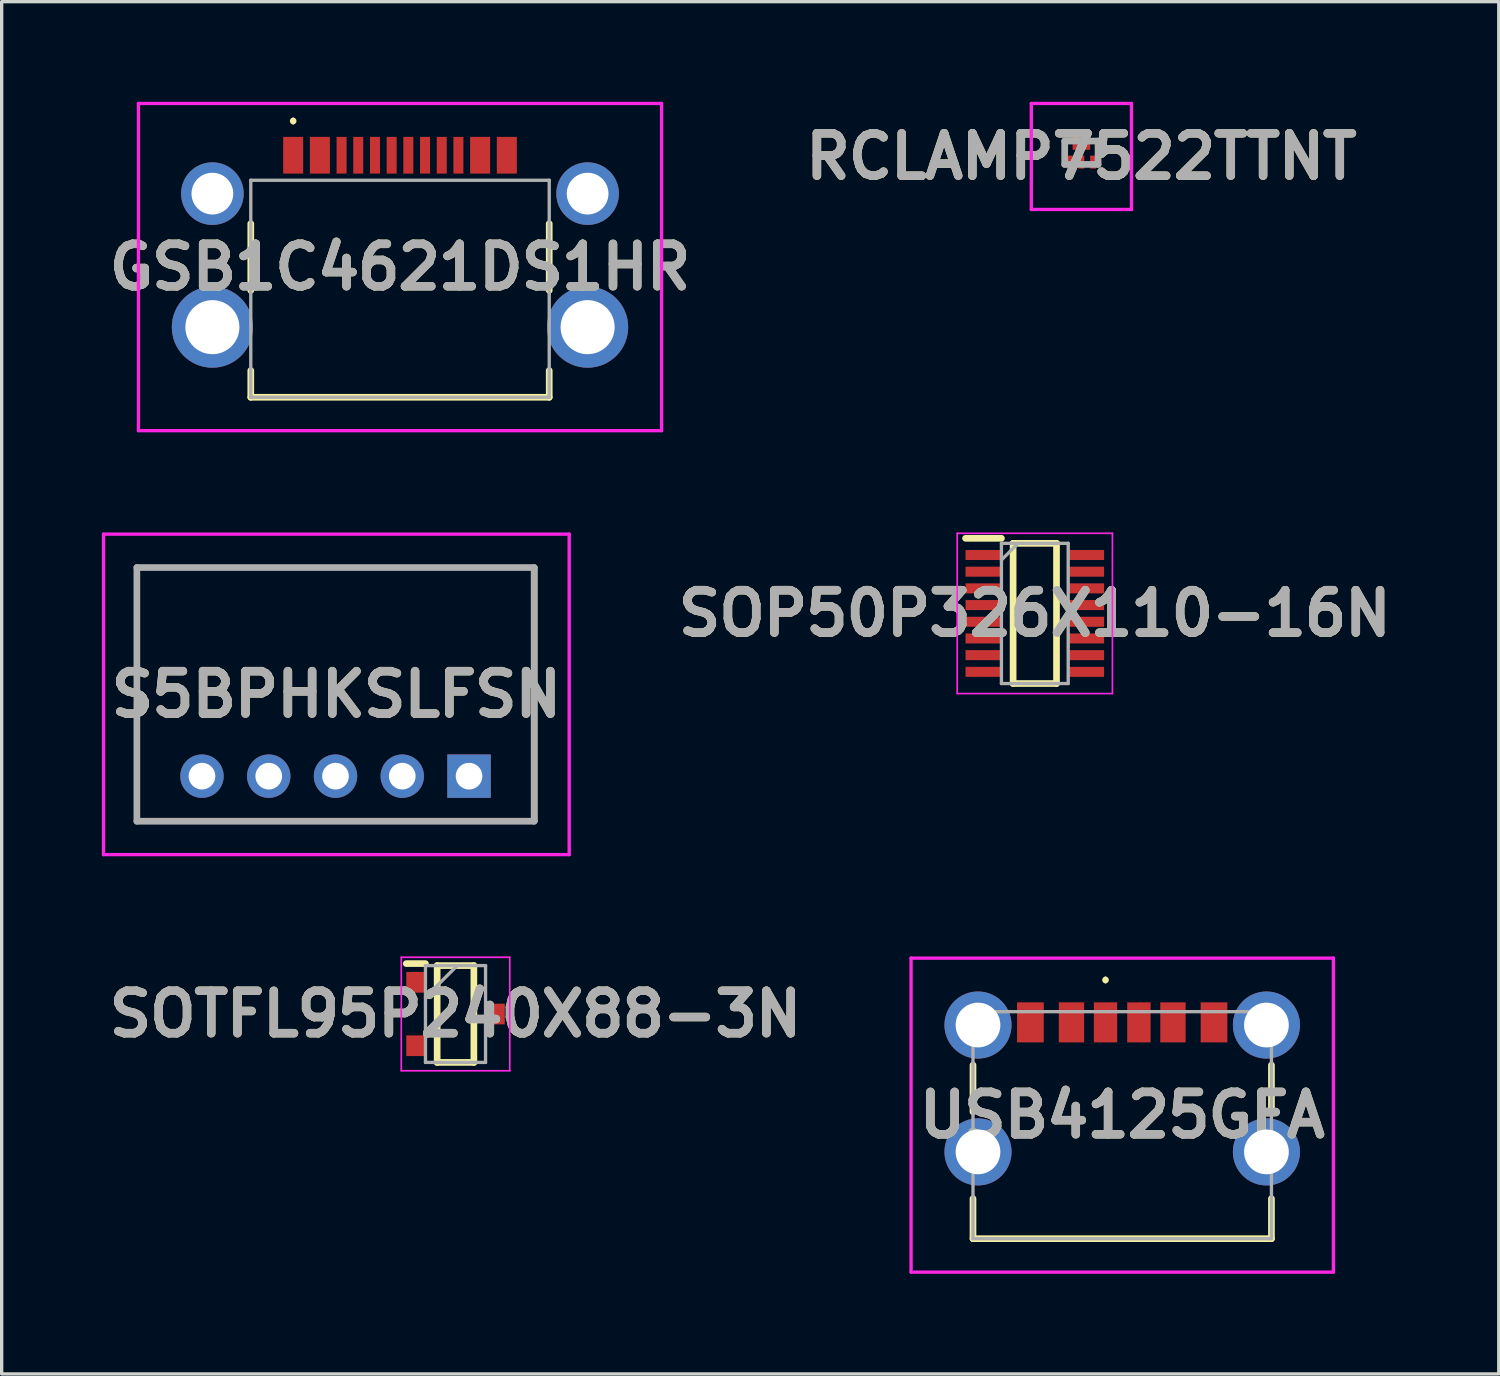
<source format=kicad_pcb>
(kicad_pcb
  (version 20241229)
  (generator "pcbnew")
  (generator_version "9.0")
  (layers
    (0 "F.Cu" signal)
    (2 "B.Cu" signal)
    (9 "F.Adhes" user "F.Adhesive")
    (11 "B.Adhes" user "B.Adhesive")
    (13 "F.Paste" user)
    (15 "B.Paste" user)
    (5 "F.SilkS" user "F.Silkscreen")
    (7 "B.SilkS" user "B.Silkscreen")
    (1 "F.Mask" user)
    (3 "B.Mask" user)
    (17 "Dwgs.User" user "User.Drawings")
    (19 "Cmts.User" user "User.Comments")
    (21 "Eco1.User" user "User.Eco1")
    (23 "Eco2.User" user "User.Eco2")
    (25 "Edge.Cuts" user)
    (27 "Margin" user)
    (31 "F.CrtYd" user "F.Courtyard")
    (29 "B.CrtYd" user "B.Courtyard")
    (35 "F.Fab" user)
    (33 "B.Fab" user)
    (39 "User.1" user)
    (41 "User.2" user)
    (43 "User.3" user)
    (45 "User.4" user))
  (footprint "RCLAMP7522TTNT"
    (layer "F.Cu")
    (at 29.343 1.525)
    (property "Reference" "RCLAMP7522TTNT" (at 0 0.113 0) (layer "F.SilkS") (effects (font (size 1.27 1.27) (thickness 0.254))))
    (attr smd)
    (fp_line (start -0.35 0.6) (end -0.35 0.6) (stroke (width 0.1) (type solid)) (layer "F.SilkS"))
    (fp_line (start -0.35 0.7) (end -0.35 0.7) (stroke (width 0.1) (type solid)) (layer "F.SilkS"))
    (fp_arc (start -0.35 0.6) (mid -0.3 0.65) (end -0.35 0.7) (stroke (width 0.1) (type solid)) (layer "F.SilkS"))
    (fp_arc (start -0.35 0.7) (mid -0.4 0.65) (end -0.35 0.6) (stroke (width 0.1) (type solid)) (layer "F.SilkS"))
    (fp_line (start -1.5 -1.475) (end 1.5 -1.475) (stroke (width 0.1) (type solid)) (layer "F.CrtYd"))
    (fp_line (start -1.5 1.7) (end -1.5 -1.475) (stroke (width 0.1) (type solid)) (layer "F.CrtYd"))
    (fp_line (start 1.5 -1.475) (end 1.5 1.7) (stroke (width 0.1) (type solid)) (layer "F.CrtYd"))
    (fp_line (start 1.5 1.7) (end -1.5 1.7) (stroke (width 0.1) (type solid)) (layer "F.CrtYd"))
    (fp_line (start -0.5 -0.35) (end 0.5 -0.35) (stroke (width 0.2) (type solid)) (layer "F.Fab"))
    (fp_line (start -0.5 0.35) (end -0.5 -0.35) (stroke (width 0.2) (type solid)) (layer "F.Fab"))
    (fp_line (start 0.5 -0.35) (end 0.5 0.35) (stroke (width 0.2) (type solid)) (layer "F.Fab"))
    (fp_line (start 0.5 0.35) (end -0.5 0.35) (stroke (width 0.2) (type solid)) (layer "F.Fab"))
    (fp_text user "${REFERENCE}" (at 0 0.113 0) (layer "F.Fab") (effects (font (size 1.27 1.27) (thickness 0.254))))
    (pad "1" smd rect (at -0.35 0.281) (size 0.175 0.388) (layers "F.Cu" "F.Mask" "F.Paste"))
    (pad "2" smd rect (at 0 0.281) (size 0.175 0.388) (layers "F.Cu" "F.Mask" "F.Paste"))
    (pad "3" smd rect (at 0.35 0.281) (size 0.175 0.388) (layers "F.Cu" "F.Mask" "F.Paste"))
    (pad "4" smd rect (at 0.175 -0.281) (size 0.175 0.388) (layers "F.Cu" "F.Mask" "F.Paste"))
    (pad "5" smd rect (at -0.175 -0.281) (size 0.175 0.388) (layers "F.Cu" "F.Mask" "F.Paste")))
  (footprint "SOTFL95P240X88-3N"
    (layer "F.Cu")
    (at 10.595 27.325)
    (property "Reference" "SOTFL95P240X88-3N" (at 0 0 0) (layer "F.SilkS") (effects (font (size 1.27 1.27) (thickness 0.254))))
    (attr smd)
    (fp_line (start -1.475 -1.51) (end -0.9 -1.51) (stroke (width 0.2) (type solid)) (layer "F.SilkS"))
    (fp_line (start -0.55 -1.45) (end 0.55 -1.45) (stroke (width 0.2) (type solid)) (layer "F.SilkS"))
    (fp_line (start -0.55 1.45) (end -0.55 -1.45) (stroke (width 0.2) (type solid)) (layer "F.SilkS"))
    (fp_line (start 0.55 -1.45) (end 0.55 1.45) (stroke (width 0.2) (type solid)) (layer "F.SilkS"))
    (fp_line (start 0.55 1.45) (end -0.55 1.45) (stroke (width 0.2) (type solid)) (layer "F.SilkS"))
    (fp_line (start -1.625 -1.7) (end 1.625 -1.7) (stroke (width 0.05) (type solid)) (layer "F.CrtYd"))
    (fp_line (start -1.625 1.7) (end -1.625 -1.7) (stroke (width 0.05) (type solid)) (layer "F.CrtYd"))
    (fp_line (start 1.625 -1.7) (end 1.625 1.7) (stroke (width 0.05) (type solid)) (layer "F.CrtYd"))
    (fp_line (start 1.625 1.7) (end -1.625 1.7) (stroke (width 0.05) (type solid)) (layer "F.CrtYd"))
    (fp_line (start -0.9 -1.45) (end 0.9 -1.45) (stroke (width 0.1) (type solid)) (layer "F.Fab"))
    (fp_line (start -0.9 -0.5) (end 0.05 -1.45) (stroke (width 0.1) (type solid)) (layer "F.Fab"))
    (fp_line (start -0.9 1.45) (end -0.9 -1.45) (stroke (width 0.1) (type solid)) (layer "F.Fab"))
    (fp_line (start 0.9 -1.45) (end 0.9 1.45) (stroke (width 0.1) (type solid)) (layer "F.Fab"))
    (fp_line (start 0.9 1.45) (end -0.9 1.45) (stroke (width 0.1) (type solid)) (layer "F.Fab"))
    (fp_text user "${REFERENCE}" (at 0 0 0) (layer "F.Fab") (effects (font (size 1.27 1.27) (thickness 0.254))))
    (pad "1" smd rect (at -1.188 -0.95) (size 0.575 0.62) (layers "F.Cu" "F.Mask" "F.Paste"))
    (pad "2" smd rect (at -1.188 0.95) (size 0.575 0.62) (layers "F.Cu" "F.Mask" "F.Paste"))
    (pad "3" smd rect (at 1.188 0) (size 0.575 0.62) (layers "F.Cu" "F.Mask" "F.Paste")))
  (footprint "SOP50P326X110-16N"
    (layer "F.Cu")
    (at 27.948 15.325)
    (property "Reference" "SOP50P326X110-16N" (at 0 0 0) (layer "F.SilkS") (effects (font (size 1.27 1.27) (thickness 0.254))))
    (attr smd)
    (fp_line (start -2.075 -2.25) (end -1 -2.25) (stroke (width 0.2) (type solid)) (layer "F.SilkS"))
    (fp_line (start -0.65 -2.1) (end 0.65 -2.1) (stroke (width 0.2) (type solid)) (layer "F.SilkS"))
    (fp_line (start -0.65 2.1) (end -0.65 -2.1) (stroke (width 0.2) (type solid)) (layer "F.SilkS"))
    (fp_line (start 0.65 -2.1) (end 0.65 2.1) (stroke (width 0.2) (type solid)) (layer "F.SilkS"))
    (fp_line (start 0.65 2.1) (end -0.65 2.1) (stroke (width 0.2) (type solid)) (layer "F.SilkS"))
    (fp_line (start -2.325 -2.4) (end 2.325 -2.4) (stroke (width 0.05) (type solid)) (layer "F.CrtYd"))
    (fp_line (start -2.325 2.4) (end -2.325 -2.4) (stroke (width 0.05) (type solid)) (layer "F.CrtYd"))
    (fp_line (start 2.325 -2.4) (end 2.325 2.4) (stroke (width 0.05) (type solid)) (layer "F.CrtYd"))
    (fp_line (start 2.325 2.4) (end -2.325 2.4) (stroke (width 0.05) (type solid)) (layer "F.CrtYd"))
    (fp_line (start -1 -2.1) (end 1 -2.1) (stroke (width 0.1) (type solid)) (layer "F.Fab"))
    (fp_line (start -1 -1.6) (end -0.5 -2.1) (stroke (width 0.1) (type solid)) (layer "F.Fab"))
    (fp_line (start -1 2.1) (end -1 -2.1) (stroke (width 0.1) (type solid)) (layer "F.Fab"))
    (fp_line (start 1 -2.1) (end 1 2.1) (stroke (width 0.1) (type solid)) (layer "F.Fab"))
    (fp_line (start 1 2.1) (end -1 2.1) (stroke (width 0.1) (type solid)) (layer "F.Fab"))
    (fp_text user "${REFERENCE}" (at 0 0 0) (layer "F.Fab") (effects (font (size 1.27 1.27) (thickness 0.254))))
    (pad "1" smd rect (at -1.538 -1.75 90) (size 0.3 1.075) (layers "F.Cu" "F.Mask" "F.Paste"))
    (pad "2" smd rect (at -1.538 -1.25 90) (size 0.3 1.075) (layers "F.Cu" "F.Mask" "F.Paste"))
    (pad "3" smd rect (at -1.538 -0.75 90) (size 0.3 1.075) (layers "F.Cu" "F.Mask" "F.Paste"))
    (pad "4" smd rect (at -1.538 -0.25 90) (size 0.3 1.075) (layers "F.Cu" "F.Mask" "F.Paste"))
    (pad "5" smd rect (at -1.538 0.25 90) (size 0.3 1.075) (layers "F.Cu" "F.Mask" "F.Paste"))
    (pad "6" smd rect (at -1.538 0.75 90) (size 0.3 1.075) (layers "F.Cu" "F.Mask" "F.Paste"))
    (pad "7" smd rect (at -1.538 1.25 90) (size 0.3 1.075) (layers "F.Cu" "F.Mask" "F.Paste"))
    (pad "8" smd rect (at -1.538 1.75 90) (size 0.3 1.075) (layers "F.Cu" "F.Mask" "F.Paste"))
    (pad "9" smd rect (at 1.538 1.75 90) (size 0.3 1.075) (layers "F.Cu" "F.Mask" "F.Paste"))
    (pad "10" smd rect (at 1.538 1.25 90) (size 0.3 1.075) (layers "F.Cu" "F.Mask" "F.Paste"))
    (pad "11" smd rect (at 1.538 0.75 90) (size 0.3 1.075) (layers "F.Cu" "F.Mask" "F.Paste"))
    (pad "12" smd rect (at 1.538 0.25 90) (size 0.3 1.075) (layers "F.Cu" "F.Mask" "F.Paste"))
    (pad "13" smd rect (at 1.538 -0.25 90) (size 0.3 1.075) (layers "F.Cu" "F.Mask" "F.Paste"))
    (pad "14" smd rect (at 1.538 -0.75 90) (size 0.3 1.075) (layers "F.Cu" "F.Mask" "F.Paste"))
    (pad "15" smd rect (at 1.538 -1.25 90) (size 0.3 1.075) (layers "F.Cu" "F.Mask" "F.Paste"))
    (pad "16" smd rect (at 1.538 -1.75 90) (size 0.3 1.075) (layers "F.Cu" "F.Mask" "F.Paste")))
  (footprint "GSB1C4621DS1HR"
    (layer "F.Cu")
    (at 8.932 5.225)
    (property "Reference" "GSB1C4621DS1HR" (at 0 -0.275 0) (layer "F.SilkS") (effects (font (size 1.27 1.27) (thickness 0.254))))
    (attr through_hole)
    (fp_line (start -4.47 0.425) (end -4.47 -1.575) (stroke (width 0.2) (type solid)) (layer "F.SilkS"))
    (fp_line (start -4.47 2.825) (end -4.47 3.625) (stroke (width 0.2) (type solid)) (layer "F.SilkS"))
    (fp_line (start -4.47 3.625) (end 4.47 3.625) (stroke (width 0.2) (type solid)) (layer "F.SilkS"))
    (fp_line (start -3.2 -4.7) (end -3.2 -4.7) (stroke (width 0.1) (type solid)) (layer "F.SilkS"))
    (fp_line (start -3.2 -4.6) (end -3.2 -4.6) (stroke (width 0.1) (type solid)) (layer "F.SilkS"))
    (fp_line (start 4.47 -1.575) (end 4.47 0.425) (stroke (width 0.2) (type solid)) (layer "F.SilkS"))
    (fp_line (start 4.47 3.625) (end 4.47 2.825) (stroke (width 0.2) (type solid)) (layer "F.SilkS"))
    (fp_arc (start -3.2 -4.7) (mid -3.15 -4.65) (end -3.2 -4.6) (stroke (width 0.1) (type solid)) (layer "F.SilkS"))
    (fp_arc (start -3.2 -4.6) (mid -3.25 -4.65) (end -3.2 -4.7) (stroke (width 0.1) (type solid)) (layer "F.SilkS"))
    (fp_line (start -7.835 -5.175) (end 7.835 -5.175) (stroke (width 0.1) (type solid)) (layer "F.CrtYd"))
    (fp_line (start -7.835 4.625) (end -7.835 -5.175) (stroke (width 0.1) (type solid)) (layer "F.CrtYd"))
    (fp_line (start 7.835 -5.175) (end 7.835 4.625) (stroke (width 0.1) (type solid)) (layer "F.CrtYd"))
    (fp_line (start 7.835 4.625) (end -7.835 4.625) (stroke (width 0.1) (type solid)) (layer "F.CrtYd"))
    (fp_line (start -4.47 -2.875) (end 4.47 -2.875) (stroke (width 0.1) (type solid)) (layer "F.Fab"))
    (fp_line (start -4.47 3.625) (end -4.47 -2.875) (stroke (width 0.1) (type solid)) (layer "F.Fab"))
    (fp_line (start 4.47 -2.875) (end 4.47 3.625) (stroke (width 0.1) (type solid)) (layer "F.Fab"))
    (fp_line (start 4.47 3.625) (end -4.47 3.625) (stroke (width 0.1) (type solid)) (layer "F.Fab"))
    (fp_text user "${REFERENCE}" (at 0 -0.275 0) (layer "F.Fab") (effects (font (size 1.27 1.27) (thickness 0.254))))
    (pad "A1" smd rect (at -3.2 -3.625) (size 0.6 1.1) (layers "F.Cu" "F.Mask" "F.Paste"))
    (pad "A4" smd rect (at -2.4 -3.625) (size 0.6 1.1) (layers "F.Cu" "F.Mask" "F.Paste"))
    (pad "A5" smd rect (at -1.25 -3.625) (size 0.3 1.1) (layers "F.Cu" "F.Mask" "F.Paste"))
    (pad "A6" smd rect (at -0.25 -3.625) (size 0.3 1.1) (layers "F.Cu" "F.Mask" "F.Paste"))
    (pad "A7" smd rect (at 0.25 -3.625) (size 0.3 1.1) (layers "F.Cu" "F.Mask" "F.Paste"))
    (pad "A8" smd rect (at 1.25 -3.625) (size 0.3 1.1) (layers "F.Cu" "F.Mask" "F.Paste"))
    (pad "A9" smd rect (at 2.4 -3.625) (size 0.6 1.1) (layers "F.Cu" "F.Mask" "F.Paste"))
    (pad "A12" smd rect (at 3.2 -3.625) (size 0.6 1.1) (layers "F.Cu" "F.Mask" "F.Paste"))
    (pad "B5" smd rect (at 1.75 -3.625) (size 0.3 1.1) (layers "F.Cu" "F.Mask" "F.Paste"))
    (pad "B6" smd rect (at 0.75 -3.625) (size 0.3 1.1) (layers "F.Cu" "F.Mask" "F.Paste"))
    (pad "B7" smd rect (at -0.75 -3.625) (size 0.3 1.1) (layers "F.Cu" "F.Mask" "F.Paste"))
    (pad "B8" smd rect (at -1.75 -3.625) (size 0.3 1.1) (layers "F.Cu" "F.Mask" "F.Paste"))
    (pad "MH1" thru_hole circle (at -5.62 -2.475) (size 1.875 1.875) (drill 1.25) (layers "*.Cu" "*.Mask"))
    (pad "MH2" thru_hole circle (at -5.62 1.525) (size 2.43 2.43) (drill 1.62) (layers "*.Cu" "*.Mask"))
    (pad "MH3" thru_hole circle (at 5.62 1.525) (size 2.43 2.43) (drill 1.62) (layers "*.Cu" "*.Mask"))
    (pad "MH4" thru_hole circle (at 5.62 -2.475) (size 1.875 1.875) (drill 1.25) (layers "*.Cu" "*.Mask")))
  (footprint "S5BPHKSLFSN"
    (layer "F.Cu")
    (at 11 20.2)
    (property "Reference" "S5BPHKSLFSN" (at -3.975 -2.45 0) (layer "F.SilkS") (effects (font (size 1.27 1.27) (thickness 0.254))))
    (attr through_hole)
    (fp_line (start -9.95 -6.25) (end 2 -6.25) (stroke (width 0.1) (type solid)) (layer "F.SilkS"))
    (fp_line (start -9.95 1.35) (end -9.95 -6.25) (stroke (width 0.1) (type solid)) (layer "F.SilkS"))
    (fp_line (start 2 -6.25) (end 2 1.35) (stroke (width 0.1) (type solid)) (layer "F.SilkS"))
    (fp_line (start 2 1.35) (end -9.95 1.35) (stroke (width 0.1) (type solid)) (layer "F.SilkS"))
    (fp_line (start -10.95 -7.25) (end 3 -7.25) (stroke (width 0.1) (type solid)) (layer "F.CrtYd"))
    (fp_line (start -10.95 2.35) (end -10.95 -7.25) (stroke (width 0.1) (type solid)) (layer "F.CrtYd"))
    (fp_line (start 3 -7.25) (end 3 2.35) (stroke (width 0.1) (type solid)) (layer "F.CrtYd"))
    (fp_line (start 3 2.35) (end -10.95 2.35) (stroke (width 0.1) (type solid)) (layer "F.CrtYd"))
    (fp_line (start -9.95 -6.25) (end 1.95 -6.25) (stroke (width 0.2) (type solid)) (layer "F.Fab"))
    (fp_line (start -9.95 1.35) (end -9.95 -6.25) (stroke (width 0.2) (type solid)) (layer "F.Fab"))
    (fp_line (start 1.95 -6.25) (end 1.95 1.35) (stroke (width 0.2) (type solid)) (layer "F.Fab"))
    (fp_line (start 1.95 1.35) (end -9.95 1.35) (stroke (width 0.2) (type solid)) (layer "F.Fab"))
    (fp_text user "${REFERENCE}" (at -3.975 -2.45 0) (layer "F.Fab") (effects (font (size 1.27 1.27) (thickness 0.254))))
    (pad "1" thru_hole rect (at 0 0) (size 1.3 1.3) (drill 0.8) (layers "*.Cu" "*.Mask"))
    (pad "2" thru_hole circle (at -2 0) (size 1.3 1.3) (drill 0.8) (layers "*.Cu" "*.Mask"))
    (pad "3" thru_hole circle (at -4 0) (size 1.3 1.3) (drill 0.8) (layers "*.Cu" "*.Mask"))
    (pad "4" thru_hole circle (at -6 0) (size 1.3 1.3) (drill 0.8) (layers "*.Cu" "*.Mask"))
    (pad "5" thru_hole circle (at -8 0) (size 1.3 1.3) (drill 0.8) (layers "*.Cu" "*.Mask")))
  (footprint "USB4125GFA"
    (layer "F.Cu")
    (at 30.566 30.353)
    (property "Reference" "USB4125GFA" (at 0 0 0) (layer "F.SilkS") (effects (font (size 1.27 1.27) (thickness 0.254))))
    (attr through_hole)
    (fp_line (start -4.47 -1.498) (end -4.47 -0.098) (stroke (width 0.2) (type solid)) (layer "F.SilkS"))
    (fp_line (start -4.47 2.502) (end -4.47 3.702) (stroke (width 0.2) (type solid)) (layer "F.SilkS"))
    (fp_line (start -4.47 3.702) (end 4.47 3.702) (stroke (width 0.2) (type solid)) (layer "F.SilkS"))
    (fp_line (start -0.5 -4.098) (end -0.5 -4.098) (stroke (width 0.1) (type solid)) (layer "F.SilkS"))
    (fp_line (start -0.5 -3.998) (end -0.5 -3.998) (stroke (width 0.1) (type solid)) (layer "F.SilkS"))
    (fp_line (start 4.47 -0.098) (end 4.47 -1.498) (stroke (width 0.2) (type solid)) (layer "F.SilkS"))
    (fp_line (start 4.47 3.702) (end 4.47 2.502) (stroke (width 0.2) (type solid)) (layer "F.SilkS"))
    (fp_arc (start -0.5 -4.098) (mid -0.45 -4.048) (end -0.5 -3.998) (stroke (width 0.1) (type solid)) (layer "F.SilkS"))
    (fp_arc (start -0.5 -3.997) (mid -0.5505 -4.0475) (end -0.5 -4.098) (stroke (width 0.1) (type solid)) (layer "F.SilkS"))
    (fp_line (start -6.325 -4.703) (end 6.325 -4.703) (stroke (width 0.1) (type solid)) (layer "F.CrtYd"))
    (fp_line (start -6.325 4.703) (end -6.325 -4.703) (stroke (width 0.1) (type solid)) (layer "F.CrtYd"))
    (fp_line (start 6.325 -4.703) (end 6.325 4.703) (stroke (width 0.1) (type solid)) (layer "F.CrtYd"))
    (fp_line (start 6.325 4.703) (end -6.325 4.703) (stroke (width 0.1) (type solid)) (layer "F.CrtYd"))
    (fp_line (start -4.47 -3.098) (end -4.47 3.702) (stroke (width 0.1) (type solid)) (layer "F.Fab"))
    (fp_line (start -4.47 3.702) (end 4.47 3.702) (stroke (width 0.1) (type solid)) (layer "F.Fab"))
    (fp_line (start 4.47 -3.098) (end -4.47 -3.098) (stroke (width 0.1) (type solid)) (layer "F.Fab"))
    (fp_line (start 4.47 3.702) (end 4.47 -3.098) (stroke (width 0.1) (type solid)) (layer "F.Fab"))
    (fp_text user "${REFERENCE}" (at 0 0 0) (layer "F.Fab") (effects (font (size 1.27 1.27) (thickness 0.254))))
    (pad "A5" smd rect (at -0.5 -2.778) (size 0.7 1.2) (layers "F.Cu" "F.Mask" "F.Paste"))
    (pad "A9" smd rect (at 1.52 -2.778) (size 0.76 1.2) (layers "F.Cu" "F.Mask" "F.Paste"))
    (pad "A12" smd rect (at 2.75 -2.778) (size 0.8 1.2) (layers "F.Cu" "F.Mask" "F.Paste"))
    (pad "B5" smd rect (at 0.5 -2.778) (size 0.7 1.2) (layers "F.Cu" "F.Mask" "F.Paste"))
    (pad "B9" smd rect (at -1.52 -2.778) (size 0.76 1.2) (layers "F.Cu" "F.Mask" "F.Paste"))
    (pad "B12" smd rect (at -2.75 -2.778) (size 0.8 1.2) (layers "F.Cu" "F.Mask" "F.Paste"))
    (pad "MH1" thru_hole circle (at 4.32 -2.698) (size 2.01 2.01) (drill 1.34) (layers "*.Cu" "*.Mask"))
    (pad "MH2" thru_hole circle (at 4.32 1.102) (size 2.01 2.01) (drill 1.34) (layers "*.Cu" "*.Mask"))
    (pad "MH3" thru_hole circle (at -4.32 1.102) (size 2.01 2.01) (drill 1.34) (layers "*.Cu" "*.Mask"))
    (pad "MH4" thru_hole circle (at -4.32 -2.698) (size 2.01 2.01) (drill 1.34) (layers "*.Cu" "*.Mask")))
  (gr_rect
    (start -3 -3)
    (end 41.846 38.106)
    (stroke (width 0.1) (type default))
    (fill no)
    (layer "Edge.Cuts")))
</source>
